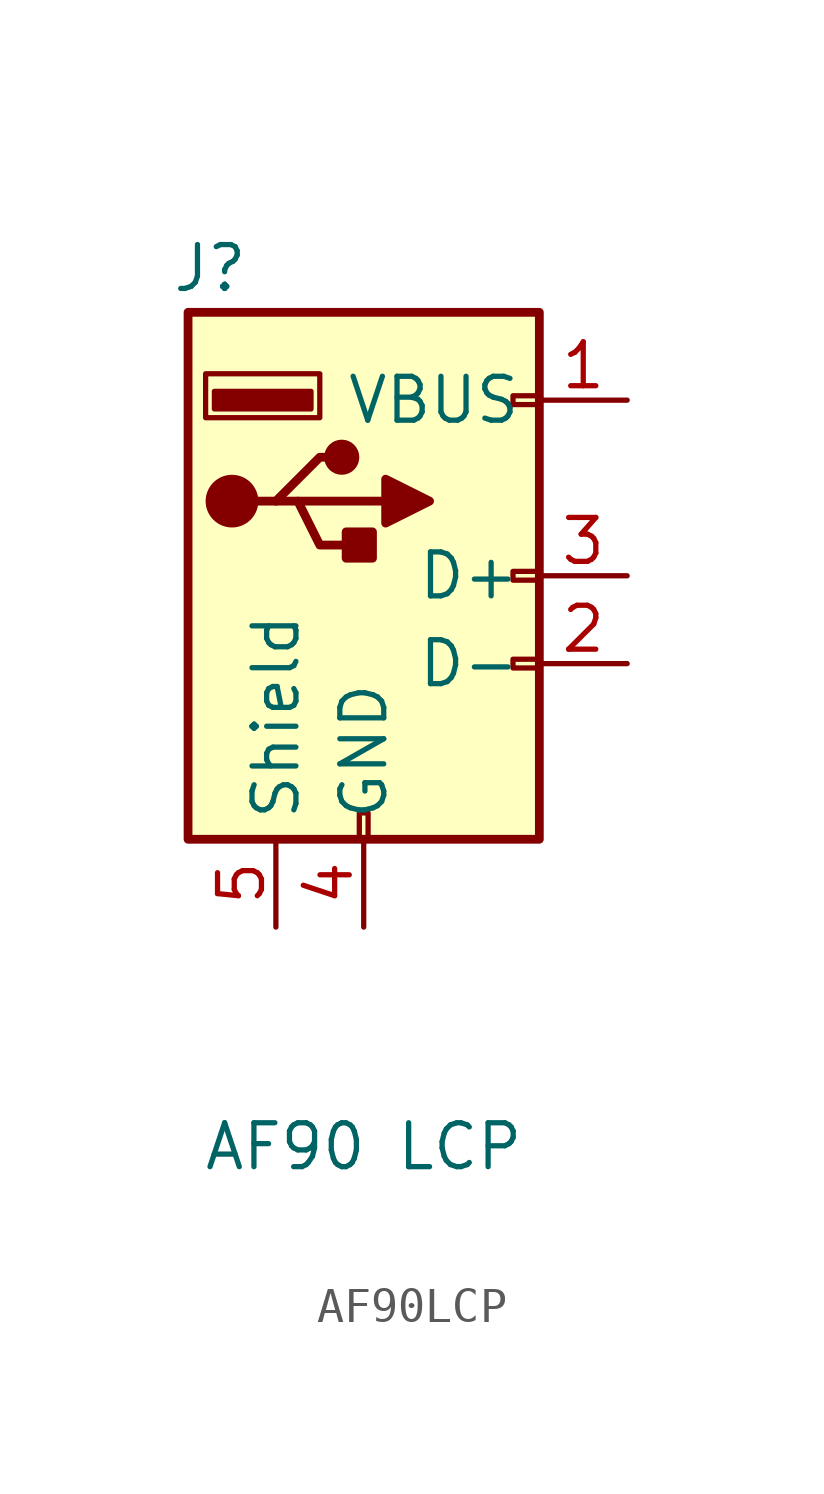
<source format=kicad_sym>
(kicad_symbol_lib
  (version 20240819)
  (generator "kicad_symbol_editor")
  (generator_version "8.99")
  (symbol "AF90LCP"
    (property "Reference" "J"
      (at -4.445 8.89 0)
      (effects (font (size 1.27 1.27))))
    (property "Value" "AF90 LCP"
      (at 0 -16.51 0)
      (effects (font (size 1.27 1.27))))
    (symbol "AF90LCP_0_1"
      (rectangle (start -5.08 -7.62) (end 5.08 7.62) (stroke (width 0.254) (type default)) (fill (type background)))
      (circle (center -3.81 2.159) (radius 0.635) (stroke (width 0.254) (type default)) (fill (type outline)))
      (polyline (pts (xy -3.175 2.159) (xy -2.54 2.159) (xy -1.27 3.429) (xy -0.635 3.429)) (stroke (width 0.254) (type default)) (fill (type none)))
      (polyline (pts (xy -2.54 2.159) (xy -1.905 2.159) (xy -1.27 0.889) (xy 0 0.889)) (stroke (width 0.254) (type default)) (fill (type none)))
      (rectangle (start -1.524 4.826) (end -4.318 5.334) (stroke (width 0) (type default)) (fill (type outline)))
      (rectangle (start -1.27 4.572) (end -4.572 5.842) (stroke (width 0) (type default)) (fill (type none)))
      (circle (center -0.635 3.429) (radius 0.381) (stroke (width 0.254) (type default)) (fill (type outline)))
      (rectangle (start -0.127 -7.62) (end 0.127 -6.858) (stroke (width 0) (type default)) (fill (type none)))
      (rectangle (start 0.254 1.27) (end -0.508 0.508) (stroke (width 0.254) (type default)) (fill (type outline)))
      (polyline (pts (xy 0.635 2.794) (xy 0.635 1.524) (xy 1.905 2.159) (xy 0.635 2.794)) (stroke (width 0.254) (type default)) (fill (type outline)))
      (rectangle (start 5.08 4.953) (end 4.318 5.207) (stroke (width 0) (type default)) (fill (type none)))
      (rectangle (start 5.08 -0.127) (end 4.318 0.127) (stroke (width 0) (type default)) (fill (type none)))
      (rectangle (start 5.08 -2.667) (end 4.318 -2.413) (stroke (width 0) (type default)) (fill (type none))))
    (symbol "AF90LCP_1_1"
      (polyline (pts (xy -1.905 2.159) (xy 0.635 2.159)) (stroke (width 0.254) (type default)) (fill (type none)))
      (pin passive line (at -2.54 -10.16 90) (length 2.54) (name "Shield" (effects (font (size 1.27 1.27)))) (number "5" (effects (font (size 1.27 1.27)))))
      (pin power_in line (at 0 -10.16 90) (length 2.54) (name "GND" (effects (font (size 1.27 1.27)))) (number "4" (effects (font (size 1.27 1.27)))))
      (pin power_in line (at 7.62 5.08 180) (length 2.54) (name "VBUS" (effects (font (size 1.27 1.27)))) (number "1" (effects (font (size 1.27 1.27)))))
      (pin bidirectional line (at 7.62 0 180) (length 2.54) (name "D+" (effects (font (size 1.27 1.27)))) (number "3" (effects (font (size 1.27 1.27)))))
      (pin bidirectional line (at 7.62 -2.54 180) (length 2.54) (name "D-" (effects (font (size 1.27 1.27)))) (number "2" (effects (font (size 1.27 1.27))))))))
</source>
